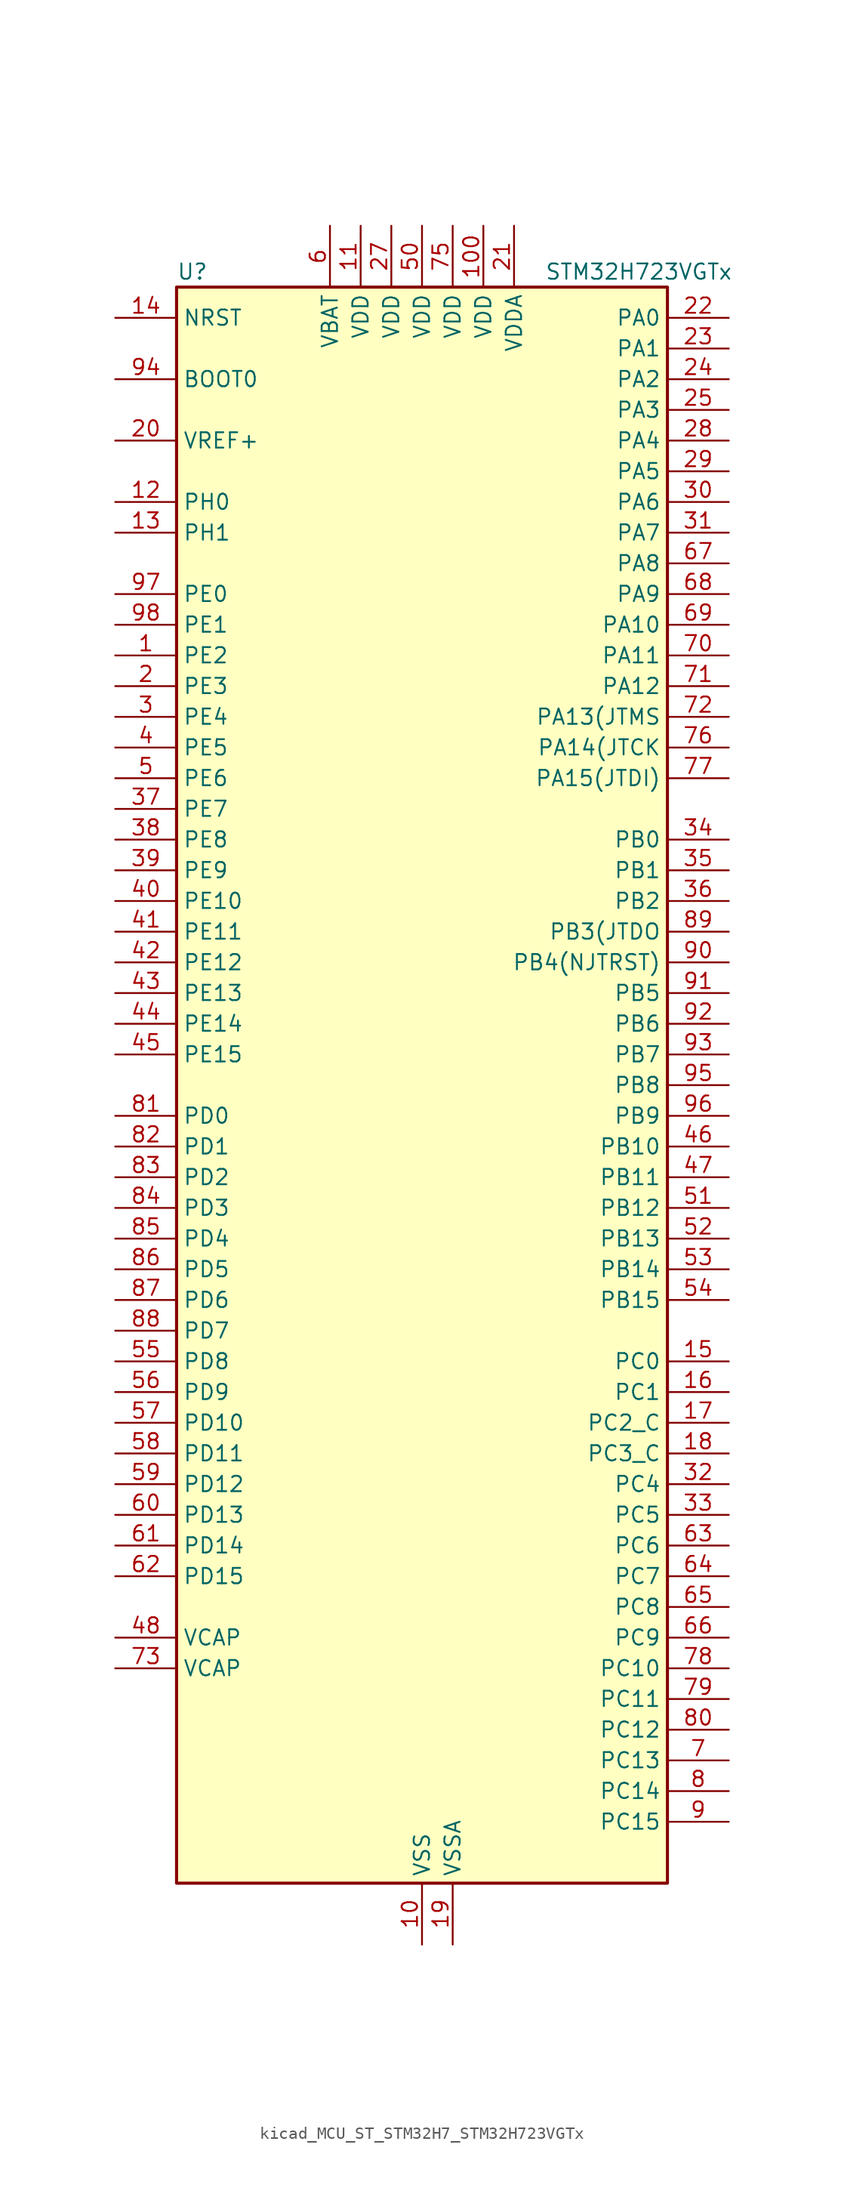
<source format=kicad_sym>
(kicad_symbol_lib
  (version 20220914)
  (generator kicad_symbol_editor)
  (symbol "kicad_MCU_ST_STM32H7_STM32H723VGTx"
    (property "Reference" "U"
      (at -20.32 67.31 0)
      (effects (font (size 1.27 1.27)) (justify left)))
    (property "Value" "STM32H723VGTx"
      (at 10.16 67.31 0)
      (effects (font (size 1.27 1.27)) (justify left)))
    (property "ki_locked" ""
      (at 0 0 0)
      (effects (font (size 1.27 1.27))))
    (symbol "kicad_MCU_ST_STM32H7_STM32H723VGTx_0_1"
      (rectangle (start -20.32 -66.04) (end 20.32 66.04) (stroke (width 0.254) (type default)) (fill (type background))))
    (symbol "kicad_MCU_ST_STM32H7_STM32H723VGTx_1_1"
      (pin bidirectional line (at -25.4 35.56 0) (length 5.08) (name "PE2" (effects (font (size 1.27 1.27)))) (number "1" (effects (font (size 1.27 1.27)))) (alternate "DEBUG_TRACECLK" bidirectional line) (alternate "ETH_TXD3" bidirectional line) (alternate "FMC_A23" bidirectional line) (alternate "OCTOSPIM_P1_IO2" bidirectional line) (alternate "SAI1_CK1" bidirectional line) (alternate "SAI1_MCLK_A" bidirectional line) (alternate "SAI4_CK1" bidirectional line) (alternate "SAI4_MCLK_A" bidirectional line) (alternate "SPI4_SCK" bidirectional line) (alternate "USART10_RX" bidirectional line))
      (pin power_in line (at 0 -71.12 90) (length 5.08) (name "VSS" (effects (font (size 1.27 1.27)))) (number "10" (effects (font (size 1.27 1.27)))))
      (pin power_in line (at 5.08 71.12 270) (length 5.08) (name "VDD" (effects (font (size 1.27 1.27)))) (number "100" (effects (font (size 1.27 1.27)))))
      (pin power_in line (at -5.08 71.12 270) (length 5.08) (name "VDD" (effects (font (size 1.27 1.27)))) (number "11" (effects (font (size 1.27 1.27)))))
      (pin bidirectional line (at -25.4 48.26 0) (length 5.08) (name "PH0" (effects (font (size 1.27 1.27)))) (number "12" (effects (font (size 1.27 1.27)))) (alternate "RCC_OSC_IN" bidirectional line))
      (pin bidirectional line (at -25.4 45.72 0) (length 5.08) (name "PH1" (effects (font (size 1.27 1.27)))) (number "13" (effects (font (size 1.27 1.27)))) (alternate "RCC_OSC_OUT" bidirectional line))
      (pin input line (at -25.4 63.5 0) (length 5.08) (name "NRST" (effects (font (size 1.27 1.27)))) (number "14" (effects (font (size 1.27 1.27)))))
      (pin bidirectional line (at 25.4 -22.86 180) (length 5.08) (name "PC0" (effects (font (size 1.27 1.27)))) (number "15" (effects (font (size 1.27 1.27)))) (alternate "ADC1_INP10" bidirectional line) (alternate "ADC2_INP10" bidirectional line) (alternate "ADC3_INP10" bidirectional line) (alternate "DFSDM1_CKIN0" bidirectional line) (alternate "DFSDM1_DATIN4" bidirectional line) (alternate "FMC_A25" bidirectional line) (alternate "FMC_D12" bidirectional line) (alternate "FMC_DA12" bidirectional line) (alternate "FMC_SDNWE" bidirectional line) (alternate "LTDC_G2" bidirectional line) (alternate "LTDC_R5" bidirectional line) (alternate "SAI4_FS_B" bidirectional line) (alternate "USB_OTG_HS_ULPI_STP" bidirectional line))
      (pin bidirectional line (at 25.4 -25.4 180) (length 5.08) (name "PC1" (effects (font (size 1.27 1.27)))) (number "16" (effects (font (size 1.27 1.27)))) (alternate "ADC1_INN10" bidirectional line) (alternate "ADC1_INP11" bidirectional line) (alternate "ADC2_INN10" bidirectional line) (alternate "ADC2_INP11" bidirectional line) (alternate "ADC3_INN10" bidirectional line) (alternate "ADC3_INP11" bidirectional line) (alternate "DEBUG_TRACED0" bidirectional line) (alternate "DFSDM1_CKIN4" bidirectional line) (alternate "DFSDM1_DATIN0" bidirectional line) (alternate "ETH_MDC" bidirectional line) (alternate "I2S2_SDO" bidirectional line) (alternate "LTDC_G5" bidirectional line) (alternate "MDIOS_MDC" bidirectional line) (alternate "OCTOSPIM_P1_IO4" bidirectional line) (alternate "PWR_WKUP6" bidirectional line) (alternate "RTC_TAMP3" bidirectional line) (alternate "SAI1_D1" bidirectional line) (alternate "SAI1_SD_A" bidirectional line) (alternate "SAI4_D1" bidirectional line) (alternate "SAI4_SD_A" bidirectional line) (alternate "SDMMC2_CK" bidirectional line) (alternate "SPI2_MOSI" bidirectional line))
      (pin bidirectional line (at 25.4 -27.94 180) (length 5.08) (name "PC2_C" (effects (font (size 1.27 1.27)))) (number "17" (effects (font (size 1.27 1.27)))) (alternate "ADC3_INN1" bidirectional line) (alternate "ADC3_INP0" bidirectional line) (alternate "DFSDM1_CKIN1" bidirectional line) (alternate "DFSDM1_CKOUT" bidirectional line) (alternate "ETH_TXD2" bidirectional line) (alternate "FMC_SDNE0" bidirectional line) (alternate "I2S2_SDI" bidirectional line) (alternate "OCTOSPIM_P1_IO2" bidirectional line) (alternate "OCTOSPIM_P1_IO5" bidirectional line) (alternate "PWR_CSTOP" bidirectional line) (alternate "SPI2_MISO" bidirectional line) (alternate "USB_OTG_HS_ULPI_DIR" bidirectional line))
      (pin bidirectional line (at 25.4 -30.48 180) (length 5.08) (name "PC3_C" (effects (font (size 1.27 1.27)))) (number "18" (effects (font (size 1.27 1.27)))) (alternate "ADC3_INP1" bidirectional line) (alternate "DFSDM1_DATIN1" bidirectional line) (alternate "ETH_TX_CLK" bidirectional line) (alternate "FMC_SDCKE0" bidirectional line) (alternate "I2S2_SDO" bidirectional line) (alternate "OCTOSPIM_P1_IO0" bidirectional line) (alternate "OCTOSPIM_P1_IO6" bidirectional line) (alternate "PWR_CSLEEP" bidirectional line) (alternate "SPI2_MOSI" bidirectional line) (alternate "USB_OTG_HS_ULPI_NXT" bidirectional line))
      (pin power_in line (at 2.54 -71.12 90) (length 5.08) (name "VSSA" (effects (font (size 1.27 1.27)))) (number "19" (effects (font (size 1.27 1.27)))))
      (pin bidirectional line (at -25.4 33.02 0) (length 5.08) (name "PE3" (effects (font (size 1.27 1.27)))) (number "2" (effects (font (size 1.27 1.27)))) (alternate "DEBUG_TRACED0" bidirectional line) (alternate "FMC_A19" bidirectional line) (alternate "SAI1_SD_B" bidirectional line) (alternate "SAI4_SD_B" bidirectional line) (alternate "TIM15_BKIN" bidirectional line) (alternate "USART10_TX" bidirectional line))
      (pin input line (at -25.4 53.34 0) (length 5.08) (name "VREF+" (effects (font (size 1.27 1.27)))) (number "20" (effects (font (size 1.27 1.27)))) (alternate "VREFBUF_OUT" bidirectional line))
      (pin power_in line (at 7.62 71.12 270) (length 5.08) (name "VDDA" (effects (font (size 1.27 1.27)))) (number "21" (effects (font (size 1.27 1.27)))))
      (pin bidirectional line (at 25.4 63.5 180) (length 5.08) (name "PA0" (effects (font (size 1.27 1.27)))) (number "22" (effects (font (size 1.27 1.27)))) (alternate "ADC1_INP16" bidirectional line) (alternate "ETH_CRS" bidirectional line) (alternate "FMC_A19" bidirectional line) (alternate "I2S6_WS" bidirectional line) (alternate "PWR_WKUP1" bidirectional line) (alternate "SAI4_SD_B" bidirectional line) (alternate "SDMMC2_CMD" bidirectional line) (alternate "SPI6_NSS" bidirectional line) (alternate "TIM15_BKIN" bidirectional line) (alternate "TIM2_CH1" bidirectional line) (alternate "TIM2_ETR" bidirectional line) (alternate "TIM5_CH1" bidirectional line) (alternate "TIM8_ETR" bidirectional line) (alternate "UART4_TX" bidirectional line) (alternate "USART2_CTS" bidirectional line) (alternate "USART2_NSS" bidirectional line))
      (pin bidirectional line (at 25.4 60.96 180) (length 5.08) (name "PA1" (effects (font (size 1.27 1.27)))) (number "23" (effects (font (size 1.27 1.27)))) (alternate "ADC1_INN16" bidirectional line) (alternate "ADC1_INP17" bidirectional line) (alternate "ETH_REF_CLK" bidirectional line) (alternate "ETH_RX_CLK" bidirectional line) (alternate "LPTIM3_OUT" bidirectional line) (alternate "LTDC_R2" bidirectional line) (alternate "OCTOSPIM_P1_DQS" bidirectional line) (alternate "OCTOSPIM_P1_IO3" bidirectional line) (alternate "SAI4_MCLK_B" bidirectional line) (alternate "TIM15_CH1N" bidirectional line) (alternate "TIM2_CH2" bidirectional line) (alternate "TIM5_CH2" bidirectional line) (alternate "UART4_RX" bidirectional line) (alternate "USART2_DE" bidirectional line) (alternate "USART2_RTS" bidirectional line))
      (pin bidirectional line (at 25.4 58.42 180) (length 5.08) (name "PA2" (effects (font (size 1.27 1.27)))) (number "24" (effects (font (size 1.27 1.27)))) (alternate "ADC1_INP14" bidirectional line) (alternate "ADC2_INP14" bidirectional line) (alternate "ETH_MDIO" bidirectional line) (alternate "LPTIM4_OUT" bidirectional line) (alternate "LTDC_R1" bidirectional line) (alternate "MDIOS_MDIO" bidirectional line) (alternate "OCTOSPIM_P1_IO0" bidirectional line) (alternate "PWR_WKUP2" bidirectional line) (alternate "SAI4_SCK_B" bidirectional line) (alternate "TIM15_CH1" bidirectional line) (alternate "TIM2_CH3" bidirectional line) (alternate "TIM5_CH3" bidirectional line) (alternate "USART2_TX" bidirectional line))
      (pin bidirectional line (at 25.4 55.88 180) (length 5.08) (name "PA3" (effects (font (size 1.27 1.27)))) (number "25" (effects (font (size 1.27 1.27)))) (alternate "ADC1_INP15" bidirectional line) (alternate "ADC2_INP15" bidirectional line) (alternate "ETH_COL" bidirectional line) (alternate "I2S6_MCK" bidirectional line) (alternate "LPTIM5_OUT" bidirectional line) (alternate "LTDC_B2" bidirectional line) (alternate "LTDC_B5" bidirectional line) (alternate "OCTOSPIM_P1_CLK" bidirectional line) (alternate "OCTOSPIM_P1_IO2" bidirectional line) (alternate "TIM15_CH2" bidirectional line) (alternate "TIM2_CH4" bidirectional line) (alternate "TIM5_CH4" bidirectional line) (alternate "USART2_RX" bidirectional line) (alternate "USB_OTG_HS_ULPI_D0" bidirectional line))
      (pin passive line (at 0 -71.12 90) (length 5.08) hide (name "VSS" (effects (font (size 1.27 1.27)))) (number "26" (effects (font (size 1.27 1.27)))))
      (pin power_in line (at -2.54 71.12 270) (length 5.08) (name "VDD" (effects (font (size 1.27 1.27)))) (number "27" (effects (font (size 1.27 1.27)))))
      (pin bidirectional line (at 25.4 53.34 180) (length 5.08) (name "PA4" (effects (font (size 1.27 1.27)))) (number "28" (effects (font (size 1.27 1.27)))) (alternate "ADC1_INP18" bidirectional line) (alternate "ADC2_INP18" bidirectional line) (alternate "DAC1_OUT1" bidirectional line) (alternate "DCMI_HSYNC" bidirectional line) (alternate "FMC_D8" bidirectional line) (alternate "FMC_DA8" bidirectional line) (alternate "I2S1_WS" bidirectional line) (alternate "I2S3_WS" bidirectional line) (alternate "I2S6_WS" bidirectional line) (alternate "LTDC_VSYNC" bidirectional line) (alternate "PSSI_DE" bidirectional line) (alternate "SPI1_NSS" bidirectional line) (alternate "SPI3_NSS" bidirectional line) (alternate "SPI6_NSS" bidirectional line) (alternate "TIM5_ETR" bidirectional line) (alternate "USART2_CK" bidirectional line))
      (pin bidirectional line (at 25.4 50.8 180) (length 5.08) (name "PA5" (effects (font (size 1.27 1.27)))) (number "29" (effects (font (size 1.27 1.27)))) (alternate "ADC1_INN18" bidirectional line) (alternate "ADC1_INP19" bidirectional line) (alternate "ADC2_INN18" bidirectional line) (alternate "ADC2_INP19" bidirectional line) (alternate "DAC1_OUT2" bidirectional line) (alternate "FMC_D9" bidirectional line) (alternate "FMC_DA9" bidirectional line) (alternate "I2S1_CK" bidirectional line) (alternate "I2S6_CK" bidirectional line) (alternate "LTDC_R4" bidirectional line) (alternate "PSSI_D14" bidirectional line) (alternate "PWR_NDSTOP2" bidirectional line) (alternate "SPI1_SCK" bidirectional line) (alternate "SPI6_SCK" bidirectional line) (alternate "TIM2_CH1" bidirectional line) (alternate "TIM2_ETR" bidirectional line) (alternate "TIM8_CH1N" bidirectional line) (alternate "USB_OTG_HS_ULPI_CK" bidirectional line))
      (pin bidirectional line (at -25.4 30.48 0) (length 5.08) (name "PE4" (effects (font (size 1.27 1.27)))) (number "3" (effects (font (size 1.27 1.27)))) (alternate "DCMI_D4" bidirectional line) (alternate "DEBUG_TRACED1" bidirectional line) (alternate "DFSDM1_DATIN3" bidirectional line) (alternate "FMC_A20" bidirectional line) (alternate "LTDC_B0" bidirectional line) (alternate "PSSI_D4" bidirectional line) (alternate "SAI1_D2" bidirectional line) (alternate "SAI1_FS_A" bidirectional line) (alternate "SAI4_D2" bidirectional line) (alternate "SAI4_FS_A" bidirectional line) (alternate "SPI4_NSS" bidirectional line) (alternate "TIM15_CH1N" bidirectional line))
      (pin bidirectional line (at 25.4 48.26 180) (length 5.08) (name "PA6" (effects (font (size 1.27 1.27)))) (number "30" (effects (font (size 1.27 1.27)))) (alternate "ADC1_INP3" bidirectional line) (alternate "ADC2_INP3" bidirectional line) (alternate "DCMI_PIXCLK" bidirectional line) (alternate "I2S1_SDI" bidirectional line) (alternate "I2S6_SDI" bidirectional line) (alternate "LTDC_G2" bidirectional line) (alternate "MDIOS_MDC" bidirectional line) (alternate "OCTOSPIM_P1_IO3" bidirectional line) (alternate "PSSI_PDCK" bidirectional line) (alternate "SPI1_MISO" bidirectional line) (alternate "SPI6_MISO" bidirectional line) (alternate "TIM13_CH1" bidirectional line) (alternate "TIM1_BKIN" bidirectional line) (alternate "TIM1_BKIN_COMP1" bidirectional line) (alternate "TIM1_BKIN_COMP2" bidirectional line) (alternate "TIM3_CH1" bidirectional line) (alternate "TIM8_BKIN" bidirectional line) (alternate "TIM8_BKIN_COMP1" bidirectional line) (alternate "TIM8_BKIN_COMP2" bidirectional line))
      (pin bidirectional line (at 25.4 45.72 180) (length 5.08) (name "PA7" (effects (font (size 1.27 1.27)))) (number "31" (effects (font (size 1.27 1.27)))) (alternate "ADC1_INN3" bidirectional line) (alternate "ADC1_INP7" bidirectional line) (alternate "ADC2_INN3" bidirectional line) (alternate "ADC2_INP7" bidirectional line) (alternate "ETH_CRS_DV" bidirectional line) (alternate "ETH_RX_DV" bidirectional line) (alternate "FMC_SDNWE" bidirectional line) (alternate "I2S1_SDO" bidirectional line) (alternate "I2S6_SDO" bidirectional line) (alternate "LTDC_VSYNC" bidirectional line) (alternate "OCTOSPIM_P1_IO2" bidirectional line) (alternate "OPAMP1_VINM" bidirectional line) (alternate "SPI1_MOSI" bidirectional line) (alternate "SPI6_MOSI" bidirectional line) (alternate "TIM14_CH1" bidirectional line) (alternate "TIM1_CH1N" bidirectional line) (alternate "TIM3_CH2" bidirectional line) (alternate "TIM8_CH1N" bidirectional line))
      (pin bidirectional line (at 25.4 -33.02 180) (length 5.08) (name "PC4" (effects (font (size 1.27 1.27)))) (number "32" (effects (font (size 1.27 1.27)))) (alternate "ADC1_INP4" bidirectional line) (alternate "ADC2_INP4" bidirectional line) (alternate "COMP1_INM" bidirectional line) (alternate "DFSDM1_CKIN2" bidirectional line) (alternate "ETH_RXD0" bidirectional line) (alternate "FMC_A22" bidirectional line) (alternate "FMC_SDNE0" bidirectional line) (alternate "I2S1_MCK" bidirectional line) (alternate "LTDC_R7" bidirectional line) (alternate "OPAMP1_VOUT" bidirectional line) (alternate "SDMMC2_CKIN" bidirectional line) (alternate "SPDIFRX1_IN2" bidirectional line))
      (pin bidirectional line (at 25.4 -35.56 180) (length 5.08) (name "PC5" (effects (font (size 1.27 1.27)))) (number "33" (effects (font (size 1.27 1.27)))) (alternate "ADC1_INN4" bidirectional line) (alternate "ADC1_INP8" bidirectional line) (alternate "ADC2_INN4" bidirectional line) (alternate "ADC2_INP8" bidirectional line) (alternate "COMP1_OUT" bidirectional line) (alternate "DFSDM1_DATIN2" bidirectional line) (alternate "ETH_RXD1" bidirectional line) (alternate "FMC_SDCKE0" bidirectional line) (alternate "LTDC_DE" bidirectional line) (alternate "OCTOSPIM_P1_DQS" bidirectional line) (alternate "OPAMP1_VINM" bidirectional line) (alternate "PSSI_D15" bidirectional line) (alternate "SAI1_D3" bidirectional line) (alternate "SAI4_D3" bidirectional line) (alternate "SPDIFRX1_IN3" bidirectional line))
      (pin bidirectional line (at 25.4 20.32 180) (length 5.08) (name "PB0" (effects (font (size 1.27 1.27)))) (number "34" (effects (font (size 1.27 1.27)))) (alternate "ADC1_INN5" bidirectional line) (alternate "ADC1_INP9" bidirectional line) (alternate "ADC2_INN5" bidirectional line) (alternate "ADC2_INP9" bidirectional line) (alternate "COMP1_INP" bidirectional line) (alternate "DFSDM1_CKOUT" bidirectional line) (alternate "ETH_RXD2" bidirectional line) (alternate "LTDC_G1" bidirectional line) (alternate "LTDC_R3" bidirectional line) (alternate "OCTOSPIM_P1_IO1" bidirectional line) (alternate "OPAMP1_VINP" bidirectional line) (alternate "TIM1_CH2N" bidirectional line) (alternate "TIM3_CH3" bidirectional line) (alternate "TIM8_CH2N" bidirectional line) (alternate "UART4_CTS" bidirectional line) (alternate "USB_OTG_HS_ULPI_D1" bidirectional line))
      (pin bidirectional line (at 25.4 17.78 180) (length 5.08) (name "PB1" (effects (font (size 1.27 1.27)))) (number "35" (effects (font (size 1.27 1.27)))) (alternate "ADC1_INP5" bidirectional line) (alternate "ADC2_INP5" bidirectional line) (alternate "COMP1_INM" bidirectional line) (alternate "DFSDM1_DATIN1" bidirectional line) (alternate "ETH_RXD3" bidirectional line) (alternate "LTDC_G0" bidirectional line) (alternate "LTDC_R6" bidirectional line) (alternate "OCTOSPIM_P1_IO0" bidirectional line) (alternate "TIM1_CH3N" bidirectional line) (alternate "TIM3_CH4" bidirectional line) (alternate "TIM8_CH3N" bidirectional line) (alternate "USB_OTG_HS_ULPI_D2" bidirectional line))
      (pin bidirectional line (at 25.4 15.24 180) (length 5.08) (name "PB2" (effects (font (size 1.27 1.27)))) (number "36" (effects (font (size 1.27 1.27)))) (alternate "COMP1_INP" bidirectional line) (alternate "DFSDM1_CKIN1" bidirectional line) (alternate "ETH_TX_ER" bidirectional line) (alternate "I2S3_SDO" bidirectional line) (alternate "OCTOSPIM_P1_CLK" bidirectional line) (alternate "OCTOSPIM_P1_DQS" bidirectional line) (alternate "RTC_OUT_ALARM" bidirectional line) (alternate "RTC_OUT_CALIB" bidirectional line) (alternate "SAI1_D1" bidirectional line) (alternate "SAI1_SD_A" bidirectional line) (alternate "SAI4_D1" bidirectional line) (alternate "SAI4_SD_A" bidirectional line) (alternate "SPI3_MOSI" bidirectional line) (alternate "TIM23_ETR" bidirectional line))
      (pin bidirectional line (at -25.4 22.86 0) (length 5.08) (name "PE7" (effects (font (size 1.27 1.27)))) (number "37" (effects (font (size 1.27 1.27)))) (alternate "COMP2_INM" bidirectional line) (alternate "DFSDM1_DATIN2" bidirectional line) (alternate "FMC_D4" bidirectional line) (alternate "FMC_DA4" bidirectional line) (alternate "OCTOSPIM_P1_IO4" bidirectional line) (alternate "OPAMP2_VOUT" bidirectional line) (alternate "TIM1_ETR" bidirectional line) (alternate "UART7_RX" bidirectional line))
      (pin bidirectional line (at -25.4 20.32 0) (length 5.08) (name "PE8" (effects (font (size 1.27 1.27)))) (number "38" (effects (font (size 1.27 1.27)))) (alternate "COMP2_OUT" bidirectional line) (alternate "DFSDM1_CKIN2" bidirectional line) (alternate "FMC_D5" bidirectional line) (alternate "FMC_DA5" bidirectional line) (alternate "OCTOSPIM_P1_IO5" bidirectional line) (alternate "OPAMP2_VINM" bidirectional line) (alternate "TIM1_CH1N" bidirectional line) (alternate "UART7_TX" bidirectional line))
      (pin bidirectional line (at -25.4 17.78 0) (length 5.08) (name "PE9" (effects (font (size 1.27 1.27)))) (number "39" (effects (font (size 1.27 1.27)))) (alternate "COMP2_INP" bidirectional line) (alternate "DAC1_EXTI9" bidirectional line) (alternate "DFSDM1_CKOUT" bidirectional line) (alternate "FMC_D6" bidirectional line) (alternate "FMC_DA6" bidirectional line) (alternate "OCTOSPIM_P1_IO6" bidirectional line) (alternate "OPAMP2_VINP" bidirectional line) (alternate "TIM1_CH1" bidirectional line) (alternate "UART7_DE" bidirectional line) (alternate "UART7_RTS" bidirectional line))
      (pin bidirectional line (at -25.4 27.94 0) (length 5.08) (name "PE5" (effects (font (size 1.27 1.27)))) (number "4" (effects (font (size 1.27 1.27)))) (alternate "DCMI_D6" bidirectional line) (alternate "DEBUG_TRACED2" bidirectional line) (alternate "DFSDM1_CKIN3" bidirectional line) (alternate "FMC_A21" bidirectional line) (alternate "LTDC_G0" bidirectional line) (alternate "PSSI_D6" bidirectional line) (alternate "SAI1_CK2" bidirectional line) (alternate "SAI1_SCK_A" bidirectional line) (alternate "SAI4_CK2" bidirectional line) (alternate "SAI4_SCK_A" bidirectional line) (alternate "SPI4_MISO" bidirectional line) (alternate "TIM15_CH1" bidirectional line))
      (pin bidirectional line (at -25.4 15.24 0) (length 5.08) (name "PE10" (effects (font (size 1.27 1.27)))) (number "40" (effects (font (size 1.27 1.27)))) (alternate "COMP2_INM" bidirectional line) (alternate "DFSDM1_DATIN4" bidirectional line) (alternate "FMC_D7" bidirectional line) (alternate "FMC_DA7" bidirectional line) (alternate "OCTOSPIM_P1_IO7" bidirectional line) (alternate "TIM1_CH2N" bidirectional line) (alternate "UART7_CTS" bidirectional line))
      (pin bidirectional line (at -25.4 12.7 0) (length 5.08) (name "PE11" (effects (font (size 1.27 1.27)))) (number "41" (effects (font (size 1.27 1.27)))) (alternate "ADC1_EXTI11" bidirectional line) (alternate "ADC2_EXTI11" bidirectional line) (alternate "ADC3_EXTI11" bidirectional line) (alternate "COMP2_INP" bidirectional line) (alternate "DFSDM1_CKIN4" bidirectional line) (alternate "FMC_D8" bidirectional line) (alternate "FMC_DA8" bidirectional line) (alternate "LTDC_G3" bidirectional line) (alternate "OCTOSPIM_P1_NCS" bidirectional line) (alternate "SAI4_SD_B" bidirectional line) (alternate "SPI4_NSS" bidirectional line) (alternate "TIM1_CH2" bidirectional line))
      (pin bidirectional line (at -25.4 10.16 0) (length 5.08) (name "PE12" (effects (font (size 1.27 1.27)))) (number "42" (effects (font (size 1.27 1.27)))) (alternate "COMP1_OUT" bidirectional line) (alternate "DFSDM1_DATIN5" bidirectional line) (alternate "FMC_D9" bidirectional line) (alternate "FMC_DA9" bidirectional line) (alternate "LTDC_B4" bidirectional line) (alternate "SAI4_SCK_B" bidirectional line) (alternate "SPI4_SCK" bidirectional line) (alternate "TIM1_CH3N" bidirectional line))
      (pin bidirectional line (at -25.4 7.62 0) (length 5.08) (name "PE13" (effects (font (size 1.27 1.27)))) (number "43" (effects (font (size 1.27 1.27)))) (alternate "COMP2_OUT" bidirectional line) (alternate "DFSDM1_CKIN5" bidirectional line) (alternate "FMC_D10" bidirectional line) (alternate "FMC_DA10" bidirectional line) (alternate "LTDC_DE" bidirectional line) (alternate "SAI4_FS_B" bidirectional line) (alternate "SPI4_MISO" bidirectional line) (alternate "TIM1_CH3" bidirectional line))
      (pin bidirectional line (at -25.4 5.08 0) (length 5.08) (name "PE14" (effects (font (size 1.27 1.27)))) (number "44" (effects (font (size 1.27 1.27)))) (alternate "FMC_D11" bidirectional line) (alternate "FMC_DA11" bidirectional line) (alternate "LTDC_CLK" bidirectional line) (alternate "SAI4_MCLK_B" bidirectional line) (alternate "SPI4_MOSI" bidirectional line) (alternate "TIM1_CH4" bidirectional line))
      (pin bidirectional line (at -25.4 2.54 0) (length 5.08) (name "PE15" (effects (font (size 1.27 1.27)))) (number "45" (effects (font (size 1.27 1.27)))) (alternate "ADC1_EXTI15" bidirectional line) (alternate "ADC2_EXTI15" bidirectional line) (alternate "ADC3_EXTI15" bidirectional line) (alternate "FMC_D12" bidirectional line) (alternate "FMC_DA12" bidirectional line) (alternate "LTDC_R7" bidirectional line) (alternate "TIM1_BKIN" bidirectional line) (alternate "TIM1_BKIN_COMP1" bidirectional line) (alternate "TIM1_BKIN_COMP2" bidirectional line) (alternate "USART10_CK" bidirectional line))
      (pin bidirectional line (at 25.4 -5.08 180) (length 5.08) (name "PB10" (effects (font (size 1.27 1.27)))) (number "46" (effects (font (size 1.27 1.27)))) (alternate "DFSDM1_DATIN7" bidirectional line) (alternate "ETH_RX_ER" bidirectional line) (alternate "I2C2_SCL" bidirectional line) (alternate "I2S2_CK" bidirectional line) (alternate "LPTIM2_IN1" bidirectional line) (alternate "LTDC_G4" bidirectional line) (alternate "OCTOSPIM_P1_NCS" bidirectional line) (alternate "SPI2_SCK" bidirectional line) (alternate "TIM2_CH3" bidirectional line) (alternate "USART3_TX" bidirectional line) (alternate "USB_OTG_HS_ULPI_D3" bidirectional line))
      (pin bidirectional line (at 25.4 -7.62 180) (length 5.08) (name "PB11" (effects (font (size 1.27 1.27)))) (number "47" (effects (font (size 1.27 1.27)))) (alternate "ADC1_EXTI11" bidirectional line) (alternate "ADC2_EXTI11" bidirectional line) (alternate "ADC3_EXTI11" bidirectional line) (alternate "DFSDM1_CKIN7" bidirectional line) (alternate "ETH_TX_EN" bidirectional line) (alternate "I2C2_SDA" bidirectional line) (alternate "LPTIM2_ETR" bidirectional line) (alternate "LTDC_G5" bidirectional line) (alternate "TIM2_CH4" bidirectional line) (alternate "USART3_RX" bidirectional line) (alternate "USB_OTG_HS_ULPI_D4" bidirectional line))
      (pin power_out line (at -25.4 -45.72 0) (length 5.08) (name "VCAP" (effects (font (size 1.27 1.27)))) (number "48" (effects (font (size 1.27 1.27)))))
      (pin passive line (at 0 -71.12 90) (length 5.08) hide (name "VSS" (effects (font (size 1.27 1.27)))) (number "49" (effects (font (size 1.27 1.27)))))
      (pin bidirectional line (at -25.4 25.4 0) (length 5.08) (name "PE6" (effects (font (size 1.27 1.27)))) (number "5" (effects (font (size 1.27 1.27)))) (alternate "DCMI_D7" bidirectional line) (alternate "DEBUG_TRACED3" bidirectional line) (alternate "FMC_A22" bidirectional line) (alternate "LTDC_G1" bidirectional line) (alternate "PSSI_D7" bidirectional line) (alternate "SAI1_D1" bidirectional line) (alternate "SAI1_SD_A" bidirectional line) (alternate "SAI4_D1" bidirectional line) (alternate "SAI4_MCLK_B" bidirectional line) (alternate "SAI4_SD_A" bidirectional line) (alternate "SPI4_MOSI" bidirectional line) (alternate "TIM15_CH2" bidirectional line) (alternate "TIM1_BKIN2" bidirectional line) (alternate "TIM1_BKIN2_COMP1" bidirectional line) (alternate "TIM1_BKIN2_COMP2" bidirectional line))
      (pin power_in line (at 0 71.12 270) (length 5.08) (name "VDD" (effects (font (size 1.27 1.27)))) (number "50" (effects (font (size 1.27 1.27)))))
      (pin bidirectional line (at 25.4 -10.16 180) (length 5.08) (name "PB12" (effects (font (size 1.27 1.27)))) (number "51" (effects (font (size 1.27 1.27)))) (alternate "DFSDM1_DATIN1" bidirectional line) (alternate "ETH_TXD0" bidirectional line) (alternate "FDCAN2_RX" bidirectional line) (alternate "I2C2_SMBA" bidirectional line) (alternate "I2S2_WS" bidirectional line) (alternate "OCTOSPIM_P1_IO0" bidirectional line) (alternate "OCTOSPIM_P1_NCLK" bidirectional line) (alternate "SPI2_NSS" bidirectional line) (alternate "TIM1_BKIN" bidirectional line) (alternate "TIM1_BKIN_COMP1" bidirectional line) (alternate "TIM1_BKIN_COMP2" bidirectional line) (alternate "UART5_RX" bidirectional line) (alternate "USART3_CK" bidirectional line) (alternate "USB_OTG_HS_ULPI_D5" bidirectional line))
      (pin bidirectional line (at 25.4 -12.7 180) (length 5.08) (name "PB13" (effects (font (size 1.27 1.27)))) (number "52" (effects (font (size 1.27 1.27)))) (alternate "DCMI_D2" bidirectional line) (alternate "DFSDM1_CKIN1" bidirectional line) (alternate "ETH_TXD1" bidirectional line) (alternate "FDCAN2_TX" bidirectional line) (alternate "I2S2_CK" bidirectional line) (alternate "LPTIM2_OUT" bidirectional line) (alternate "OCTOSPIM_P1_IO2" bidirectional line) (alternate "PSSI_D2" bidirectional line) (alternate "SDMMC1_D0" bidirectional line) (alternate "SPI2_SCK" bidirectional line) (alternate "TIM1_CH1N" bidirectional line) (alternate "UART5_TX" bidirectional line) (alternate "USART3_CTS" bidirectional line) (alternate "USART3_NSS" bidirectional line) (alternate "USB_OTG_HS_ULPI_D6" bidirectional line))
      (pin bidirectional line (at 25.4 -15.24 180) (length 5.08) (name "PB14" (effects (font (size 1.27 1.27)))) (number "53" (effects (font (size 1.27 1.27)))) (alternate "DFSDM1_DATIN2" bidirectional line) (alternate "FMC_D10" bidirectional line) (alternate "FMC_DA10" bidirectional line) (alternate "I2S2_SDI" bidirectional line) (alternate "LTDC_CLK" bidirectional line) (alternate "SDMMC2_D0" bidirectional line) (alternate "SPI2_MISO" bidirectional line) (alternate "TIM12_CH1" bidirectional line) (alternate "TIM1_CH2N" bidirectional line) (alternate "TIM8_CH2N" bidirectional line) (alternate "UART4_DE" bidirectional line) (alternate "UART4_RTS" bidirectional line) (alternate "USART1_TX" bidirectional line) (alternate "USART3_DE" bidirectional line) (alternate "USART3_RTS" bidirectional line))
      (pin bidirectional line (at 25.4 -17.78 180) (length 5.08) (name "PB15" (effects (font (size 1.27 1.27)))) (number "54" (effects (font (size 1.27 1.27)))) (alternate "ADC1_EXTI15" bidirectional line) (alternate "ADC2_EXTI15" bidirectional line) (alternate "ADC3_EXTI15" bidirectional line) (alternate "DFSDM1_CKIN2" bidirectional line) (alternate "FMC_D11" bidirectional line) (alternate "FMC_DA11" bidirectional line) (alternate "I2S2_SDO" bidirectional line) (alternate "LTDC_G7" bidirectional line) (alternate "RTC_REFIN" bidirectional line) (alternate "SDMMC2_D1" bidirectional line) (alternate "SPI2_MOSI" bidirectional line) (alternate "TIM12_CH2" bidirectional line) (alternate "TIM1_CH3N" bidirectional line) (alternate "TIM8_CH3N" bidirectional line) (alternate "UART4_CTS" bidirectional line) (alternate "USART1_RX" bidirectional line))
      (pin bidirectional line (at -25.4 -22.86 0) (length 5.08) (name "PD8" (effects (font (size 1.27 1.27)))) (number "55" (effects (font (size 1.27 1.27)))) (alternate "DFSDM1_CKIN3" bidirectional line) (alternate "FMC_D13" bidirectional line) (alternate "FMC_DA13" bidirectional line) (alternate "SPDIFRX1_IN1" bidirectional line) (alternate "USART3_TX" bidirectional line))
      (pin bidirectional line (at -25.4 -25.4 0) (length 5.08) (name "PD9" (effects (font (size 1.27 1.27)))) (number "56" (effects (font (size 1.27 1.27)))) (alternate "DAC1_EXTI9" bidirectional line) (alternate "DFSDM1_DATIN3" bidirectional line) (alternate "FMC_D14" bidirectional line) (alternate "FMC_DA14" bidirectional line) (alternate "USART3_RX" bidirectional line))
      (pin bidirectional line (at -25.4 -27.94 0) (length 5.08) (name "PD10" (effects (font (size 1.27 1.27)))) (number "57" (effects (font (size 1.27 1.27)))) (alternate "DFSDM1_CKOUT" bidirectional line) (alternate "FMC_D15" bidirectional line) (alternate "FMC_DA15" bidirectional line) (alternate "LTDC_B3" bidirectional line) (alternate "USART3_CK" bidirectional line))
      (pin bidirectional line (at -25.4 -30.48 0) (length 5.08) (name "PD11" (effects (font (size 1.27 1.27)))) (number "58" (effects (font (size 1.27 1.27)))) (alternate "ADC1_EXTI11" bidirectional line) (alternate "ADC2_EXTI11" bidirectional line) (alternate "ADC3_EXTI11" bidirectional line) (alternate "FMC_A16" bidirectional line) (alternate "FMC_CLE" bidirectional line) (alternate "I2C4_SMBA" bidirectional line) (alternate "LPTIM2_IN2" bidirectional line) (alternate "OCTOSPIM_P1_IO0" bidirectional line) (alternate "SAI4_SD_A" bidirectional line) (alternate "USART3_CTS" bidirectional line) (alternate "USART3_NSS" bidirectional line))
      (pin bidirectional line (at -25.4 -33.02 0) (length 5.08) (name "PD12" (effects (font (size 1.27 1.27)))) (number "59" (effects (font (size 1.27 1.27)))) (alternate "DCMI_D12" bidirectional line) (alternate "FDCAN3_RX" bidirectional line) (alternate "FMC_A17" bidirectional line) (alternate "FMC_ALE" bidirectional line) (alternate "I2C4_SCL" bidirectional line) (alternate "LPTIM1_IN1" bidirectional line) (alternate "LPTIM2_IN1" bidirectional line) (alternate "OCTOSPIM_P1_IO1" bidirectional line) (alternate "PSSI_D12" bidirectional line) (alternate "SAI4_FS_A" bidirectional line) (alternate "TIM4_CH1" bidirectional line) (alternate "USART3_DE" bidirectional line) (alternate "USART3_RTS" bidirectional line))
      (pin power_in line (at -7.62 71.12 270) (length 5.08) (name "VBAT" (effects (font (size 1.27 1.27)))) (number "6" (effects (font (size 1.27 1.27)))))
      (pin bidirectional line (at -25.4 -35.56 0) (length 5.08) (name "PD13" (effects (font (size 1.27 1.27)))) (number "60" (effects (font (size 1.27 1.27)))) (alternate "DCMI_D13" bidirectional line) (alternate "FDCAN3_TX" bidirectional line) (alternate "FMC_A18" bidirectional line) (alternate "I2C4_SDA" bidirectional line) (alternate "LPTIM1_OUT" bidirectional line) (alternate "OCTOSPIM_P1_IO3" bidirectional line) (alternate "PSSI_D13" bidirectional line) (alternate "SAI4_SCK_A" bidirectional line) (alternate "TIM4_CH2" bidirectional line) (alternate "UART9_DE" bidirectional line) (alternate "UART9_RTS" bidirectional line))
      (pin bidirectional line (at -25.4 -38.1 0) (length 5.08) (name "PD14" (effects (font (size 1.27 1.27)))) (number "61" (effects (font (size 1.27 1.27)))) (alternate "FMC_D0" bidirectional line) (alternate "FMC_DA0" bidirectional line) (alternate "TIM4_CH3" bidirectional line) (alternate "UART8_CTS" bidirectional line) (alternate "UART9_RX" bidirectional line))
      (pin bidirectional line (at -25.4 -40.64 0) (length 5.08) (name "PD15" (effects (font (size 1.27 1.27)))) (number "62" (effects (font (size 1.27 1.27)))) (alternate "ADC1_EXTI15" bidirectional line) (alternate "ADC2_EXTI15" bidirectional line) (alternate "ADC3_EXTI15" bidirectional line) (alternate "FMC_D1" bidirectional line) (alternate "FMC_DA1" bidirectional line) (alternate "TIM4_CH4" bidirectional line) (alternate "UART8_DE" bidirectional line) (alternate "UART8_RTS" bidirectional line) (alternate "UART9_TX" bidirectional line))
      (pin bidirectional line (at 25.4 -38.1 180) (length 5.08) (name "PC6" (effects (font (size 1.27 1.27)))) (number "63" (effects (font (size 1.27 1.27)))) (alternate "DCMI_D0" bidirectional line) (alternate "DFSDM1_CKIN3" bidirectional line) (alternate "FMC_NWAIT" bidirectional line) (alternate "I2S2_MCK" bidirectional line) (alternate "LTDC_HSYNC" bidirectional line) (alternate "PSSI_D0" bidirectional line) (alternate "SDMMC1_D0DIR" bidirectional line) (alternate "SDMMC1_D6" bidirectional line) (alternate "SDMMC2_D6" bidirectional line) (alternate "SWPMI1_IO" bidirectional line) (alternate "TIM3_CH1" bidirectional line) (alternate "TIM8_CH1" bidirectional line) (alternate "USART6_TX" bidirectional line))
      (pin bidirectional line (at 25.4 -40.64 180) (length 5.08) (name "PC7" (effects (font (size 1.27 1.27)))) (number "64" (effects (font (size 1.27 1.27)))) (alternate "DCMI_D1" bidirectional line) (alternate "DEBUG_TRGIO" bidirectional line) (alternate "DFSDM1_DATIN3" bidirectional line) (alternate "FMC_NE1" bidirectional line) (alternate "I2S3_MCK" bidirectional line) (alternate "LTDC_G6" bidirectional line) (alternate "PSSI_D1" bidirectional line) (alternate "SDMMC1_D123DIR" bidirectional line) (alternate "SDMMC1_D7" bidirectional line) (alternate "SDMMC2_D7" bidirectional line) (alternate "SWPMI1_TX" bidirectional line) (alternate "TIM3_CH2" bidirectional line) (alternate "TIM8_CH2" bidirectional line) (alternate "USART6_RX" bidirectional line))
      (pin bidirectional line (at 25.4 -43.18 180) (length 5.08) (name "PC8" (effects (font (size 1.27 1.27)))) (number "65" (effects (font (size 1.27 1.27)))) (alternate "DCMI_D2" bidirectional line) (alternate "DEBUG_TRACED1" bidirectional line) (alternate "FMC_INT" bidirectional line) (alternate "FMC_NCE" bidirectional line) (alternate "FMC_NE2" bidirectional line) (alternate "PSSI_D2" bidirectional line) (alternate "SDMMC1_D0" bidirectional line) (alternate "SWPMI1_RX" bidirectional line) (alternate "TIM3_CH3" bidirectional line) (alternate "TIM8_CH3" bidirectional line) (alternate "UART5_DE" bidirectional line) (alternate "UART5_RTS" bidirectional line) (alternate "USART6_CK" bidirectional line))
      (pin bidirectional line (at 25.4 -45.72 180) (length 5.08) (name "PC9" (effects (font (size 1.27 1.27)))) (number "66" (effects (font (size 1.27 1.27)))) (alternate "DAC1_EXTI9" bidirectional line) (alternate "DCMI_D3" bidirectional line) (alternate "I2C3_SDA" bidirectional line) (alternate "I2C5_SDA" bidirectional line) (alternate "I2S_CKIN" bidirectional line) (alternate "LTDC_B2" bidirectional line) (alternate "LTDC_G3" bidirectional line) (alternate "OCTOSPIM_P1_IO0" bidirectional line) (alternate "PSSI_D3" bidirectional line) (alternate "RCC_MCO_2" bidirectional line) (alternate "SDMMC1_D1" bidirectional line) (alternate "SWPMI1_SUSPEND" bidirectional line) (alternate "TIM3_CH4" bidirectional line) (alternate "TIM8_CH4" bidirectional line) (alternate "UART5_CTS" bidirectional line))
      (pin bidirectional line (at 25.4 43.18 180) (length 5.08) (name "PA8" (effects (font (size 1.27 1.27)))) (number "67" (effects (font (size 1.27 1.27)))) (alternate "I2C3_SCL" bidirectional line) (alternate "I2C5_SCL" bidirectional line) (alternate "LTDC_B3" bidirectional line) (alternate "LTDC_R6" bidirectional line) (alternate "RCC_MCO_1" bidirectional line) (alternate "TIM1_CH1" bidirectional line) (alternate "TIM8_BKIN2" bidirectional line) (alternate "TIM8_BKIN2_COMP1" bidirectional line) (alternate "TIM8_BKIN2_COMP2" bidirectional line) (alternate "UART7_RX" bidirectional line) (alternate "USART1_CK" bidirectional line) (alternate "USB_OTG_HS_SOF" bidirectional line))
      (pin bidirectional line (at 25.4 40.64 180) (length 5.08) (name "PA9" (effects (font (size 1.27 1.27)))) (number "68" (effects (font (size 1.27 1.27)))) (alternate "DAC1_EXTI9" bidirectional line) (alternate "DCMI_D0" bidirectional line) (alternate "ETH_TX_ER" bidirectional line) (alternate "I2C3_SMBA" bidirectional line) (alternate "I2C5_SMBA" bidirectional line) (alternate "I2S2_CK" bidirectional line) (alternate "LPUART1_TX" bidirectional line) (alternate "LTDC_R5" bidirectional line) (alternate "PSSI_D0" bidirectional line) (alternate "SPI2_SCK" bidirectional line) (alternate "TIM1_CH2" bidirectional line) (alternate "USART1_TX" bidirectional line) (alternate "USB_OTG_HS_VBUS" bidirectional line))
      (pin bidirectional line (at 25.4 38.1 180) (length 5.08) (name "PA10" (effects (font (size 1.27 1.27)))) (number "69" (effects (font (size 1.27 1.27)))) (alternate "DCMI_D1" bidirectional line) (alternate "LPUART1_RX" bidirectional line) (alternate "LTDC_B1" bidirectional line) (alternate "LTDC_B4" bidirectional line) (alternate "MDIOS_MDIO" bidirectional line) (alternate "PSSI_D1" bidirectional line) (alternate "TIM1_CH3" bidirectional line) (alternate "USART1_RX" bidirectional line) (alternate "USB_OTG_HS_ID" bidirectional line))
      (pin bidirectional line (at 25.4 -55.88 180) (length 5.08) (name "PC13" (effects (font (size 1.27 1.27)))) (number "7" (effects (font (size 1.27 1.27)))) (alternate "PWR_WKUP4" bidirectional line) (alternate "RTC_OUT_ALARM" bidirectional line) (alternate "RTC_OUT_CALIB" bidirectional line) (alternate "RTC_TAMP1" bidirectional line) (alternate "RTC_TS" bidirectional line))
      (pin bidirectional line (at 25.4 35.56 180) (length 5.08) (name "PA11" (effects (font (size 1.27 1.27)))) (number "70" (effects (font (size 1.27 1.27)))) (alternate "ADC1_EXTI11" bidirectional line) (alternate "ADC2_EXTI11" bidirectional line) (alternate "ADC3_EXTI11" bidirectional line) (alternate "FDCAN1_RX" bidirectional line) (alternate "I2S2_WS" bidirectional line) (alternate "LPUART1_CTS" bidirectional line) (alternate "LTDC_R4" bidirectional line) (alternate "SPI2_NSS" bidirectional line) (alternate "TIM1_CH4" bidirectional line) (alternate "UART4_RX" bidirectional line) (alternate "USART1_CTS" bidirectional line) (alternate "USART1_NSS" bidirectional line) (alternate "USB_OTG_HS_DM" bidirectional line))
      (pin bidirectional line (at 25.4 33.02 180) (length 5.08) (name "PA12" (effects (font (size 1.27 1.27)))) (number "71" (effects (font (size 1.27 1.27)))) (alternate "FDCAN1_TX" bidirectional line) (alternate "I2S2_CK" bidirectional line) (alternate "LPUART1_DE" bidirectional line) (alternate "LPUART1_RTS" bidirectional line) (alternate "LTDC_R5" bidirectional line) (alternate "SAI4_FS_B" bidirectional line) (alternate "SPI2_SCK" bidirectional line) (alternate "TIM1_BKIN2" bidirectional line) (alternate "TIM1_ETR" bidirectional line) (alternate "UART4_TX" bidirectional line) (alternate "USART1_DE" bidirectional line) (alternate "USART1_RTS" bidirectional line) (alternate "USB_OTG_HS_DP" bidirectional line))
      (pin bidirectional line (at 25.4 30.48 180) (length 5.08) (name "PA13(JTMS" (effects (font (size 1.27 1.27)))) (number "72" (effects (font (size 1.27 1.27)))) (alternate "DEBUG_JTMS-SWDIO" bidirectional line))
      (pin power_out line (at -25.4 -48.26 0) (length 5.08) (name "VCAP" (effects (font (size 1.27 1.27)))) (number "73" (effects (font (size 1.27 1.27)))))
      (pin passive line (at 0 -71.12 90) (length 5.08) hide (name "VSS" (effects (font (size 1.27 1.27)))) (number "74" (effects (font (size 1.27 1.27)))))
      (pin power_in line (at 2.54 71.12 270) (length 5.08) (name "VDD" (effects (font (size 1.27 1.27)))) (number "75" (effects (font (size 1.27 1.27)))))
      (pin bidirectional line (at 25.4 27.94 180) (length 5.08) (name "PA14(JTCK" (effects (font (size 1.27 1.27)))) (number "76" (effects (font (size 1.27 1.27)))) (alternate "DEBUG_JTCK-SWCLK" bidirectional line))
      (pin bidirectional line (at 25.4 25.4 180) (length 5.08) (name "PA15(JTDI)" (effects (font (size 1.27 1.27)))) (number "77" (effects (font (size 1.27 1.27)))) (alternate "ADC1_EXTI15" bidirectional line) (alternate "ADC2_EXTI15" bidirectional line) (alternate "ADC3_EXTI15" bidirectional line) (alternate "CEC" bidirectional line) (alternate "DEBUG_JTDI" bidirectional line) (alternate "I2S1_WS" bidirectional line) (alternate "I2S3_WS" bidirectional line) (alternate "I2S6_WS" bidirectional line) (alternate "LTDC_B6" bidirectional line) (alternate "LTDC_R3" bidirectional line) (alternate "SPI1_NSS" bidirectional line) (alternate "SPI3_NSS" bidirectional line) (alternate "SPI6_NSS" bidirectional line) (alternate "TIM2_CH1" bidirectional line) (alternate "TIM2_ETR" bidirectional line) (alternate "UART4_DE" bidirectional line) (alternate "UART4_RTS" bidirectional line) (alternate "UART7_TX" bidirectional line))
      (pin bidirectional line (at 25.4 -48.26 180) (length 5.08) (name "PC10" (effects (font (size 1.27 1.27)))) (number "78" (effects (font (size 1.27 1.27)))) (alternate "DCMI_D8" bidirectional line) (alternate "DFSDM1_CKIN5" bidirectional line) (alternate "I2C5_SDA" bidirectional line) (alternate "I2S3_CK" bidirectional line) (alternate "LTDC_B1" bidirectional line) (alternate "LTDC_R2" bidirectional line) (alternate "OCTOSPIM_P1_IO1" bidirectional line) (alternate "PSSI_D8" bidirectional line) (alternate "SDMMC1_D2" bidirectional line) (alternate "SPI3_SCK" bidirectional line) (alternate "SWPMI1_RX" bidirectional line) (alternate "UART4_TX" bidirectional line) (alternate "USART3_TX" bidirectional line))
      (pin bidirectional line (at 25.4 -50.8 180) (length 5.08) (name "PC11" (effects (font (size 1.27 1.27)))) (number "79" (effects (font (size 1.27 1.27)))) (alternate "ADC1_EXTI11" bidirectional line) (alternate "ADC2_EXTI11" bidirectional line) (alternate "ADC3_EXTI11" bidirectional line) (alternate "DCMI_D4" bidirectional line) (alternate "DFSDM1_DATIN5" bidirectional line) (alternate "I2C5_SCL" bidirectional line) (alternate "I2S3_SDI" bidirectional line) (alternate "LTDC_B4" bidirectional line) (alternate "OCTOSPIM_P1_NCS" bidirectional line) (alternate "PSSI_D4" bidirectional line) (alternate "SDMMC1_D3" bidirectional line) (alternate "SPI3_MISO" bidirectional line) (alternate "UART4_RX" bidirectional line) (alternate "USART3_RX" bidirectional line))
      (pin bidirectional line (at 25.4 -58.42 180) (length 5.08) (name "PC14" (effects (font (size 1.27 1.27)))) (number "8" (effects (font (size 1.27 1.27)))) (alternate "RCC_OSC32_IN" bidirectional line))
      (pin bidirectional line (at 25.4 -53.34 180) (length 5.08) (name "PC12" (effects (font (size 1.27 1.27)))) (number "80" (effects (font (size 1.27 1.27)))) (alternate "DCMI_D9" bidirectional line) (alternate "DEBUG_TRACED3" bidirectional line) (alternate "FMC_D6" bidirectional line) (alternate "FMC_DA6" bidirectional line) (alternate "I2C5_SMBA" bidirectional line) (alternate "I2S3_SDO" bidirectional line) (alternate "I2S6_CK" bidirectional line) (alternate "LTDC_R6" bidirectional line) (alternate "PSSI_D9" bidirectional line) (alternate "SDMMC1_CK" bidirectional line) (alternate "SPI3_MOSI" bidirectional line) (alternate "SPI6_SCK" bidirectional line) (alternate "TIM15_CH1" bidirectional line) (alternate "UART5_TX" bidirectional line) (alternate "USART3_CK" bidirectional line))
      (pin bidirectional line (at -25.4 -2.54 0) (length 5.08) (name "PD0" (effects (font (size 1.27 1.27)))) (number "81" (effects (font (size 1.27 1.27)))) (alternate "DFSDM1_CKIN6" bidirectional line) (alternate "FDCAN1_RX" bidirectional line) (alternate "FMC_D2" bidirectional line) (alternate "FMC_DA2" bidirectional line) (alternate "LTDC_B1" bidirectional line) (alternate "UART4_RX" bidirectional line) (alternate "UART9_CTS" bidirectional line))
      (pin bidirectional line (at -25.4 -5.08 0) (length 5.08) (name "PD1" (effects (font (size 1.27 1.27)))) (number "82" (effects (font (size 1.27 1.27)))) (alternate "DFSDM1_DATIN6" bidirectional line) (alternate "FDCAN1_TX" bidirectional line) (alternate "FMC_D3" bidirectional line) (alternate "FMC_DA3" bidirectional line) (alternate "UART4_TX" bidirectional line))
      (pin bidirectional line (at -25.4 -7.62 0) (length 5.08) (name "PD2" (effects (font (size 1.27 1.27)))) (number "83" (effects (font (size 1.27 1.27)))) (alternate "DCMI_D11" bidirectional line) (alternate "DEBUG_TRACED2" bidirectional line) (alternate "FMC_D7" bidirectional line) (alternate "FMC_DA7" bidirectional line) (alternate "LTDC_B2" bidirectional line) (alternate "LTDC_B7" bidirectional line) (alternate "PSSI_D11" bidirectional line) (alternate "SDMMC1_CMD" bidirectional line) (alternate "TIM15_BKIN" bidirectional line) (alternate "TIM3_ETR" bidirectional line) (alternate "UART5_RX" bidirectional line))
      (pin bidirectional line (at -25.4 -10.16 0) (length 5.08) (name "PD3" (effects (font (size 1.27 1.27)))) (number "84" (effects (font (size 1.27 1.27)))) (alternate "DCMI_D5" bidirectional line) (alternate "DFSDM1_CKOUT" bidirectional line) (alternate "FMC_CLK" bidirectional line) (alternate "I2S2_CK" bidirectional line) (alternate "LTDC_G7" bidirectional line) (alternate "PSSI_D5" bidirectional line) (alternate "SPI2_SCK" bidirectional line) (alternate "USART2_CTS" bidirectional line) (alternate "USART2_NSS" bidirectional line))
      (pin bidirectional line (at -25.4 -12.7 0) (length 5.08) (name "PD4" (effects (font (size 1.27 1.27)))) (number "85" (effects (font (size 1.27 1.27)))) (alternate "FMC_NOE" bidirectional line) (alternate "OCTOSPIM_P1_IO4" bidirectional line) (alternate "USART2_DE" bidirectional line) (alternate "USART2_RTS" bidirectional line))
      (pin bidirectional line (at -25.4 -15.24 0) (length 5.08) (name "PD5" (effects (font (size 1.27 1.27)))) (number "86" (effects (font (size 1.27 1.27)))) (alternate "FMC_NWE" bidirectional line) (alternate "OCTOSPIM_P1_IO5" bidirectional line) (alternate "USART2_TX" bidirectional line))
      (pin bidirectional line (at -25.4 -17.78 0) (length 5.08) (name "PD6" (effects (font (size 1.27 1.27)))) (number "87" (effects (font (size 1.27 1.27)))) (alternate "DCMI_D10" bidirectional line) (alternate "DFSDM1_CKIN4" bidirectional line) (alternate "DFSDM1_DATIN1" bidirectional line) (alternate "FMC_NWAIT" bidirectional line) (alternate "I2S3_SDO" bidirectional line) (alternate "LTDC_B2" bidirectional line) (alternate "OCTOSPIM_P1_IO6" bidirectional line) (alternate "PSSI_D10" bidirectional line) (alternate "SAI1_D1" bidirectional line) (alternate "SAI1_SD_A" bidirectional line) (alternate "SAI4_D1" bidirectional line) (alternate "SAI4_SD_A" bidirectional line) (alternate "SDMMC2_CK" bidirectional line) (alternate "SPI3_MOSI" bidirectional line) (alternate "USART2_RX" bidirectional line))
      (pin bidirectional line (at -25.4 -20.32 0) (length 5.08) (name "PD7" (effects (font (size 1.27 1.27)))) (number "88" (effects (font (size 1.27 1.27)))) (alternate "DFSDM1_CKIN1" bidirectional line) (alternate "DFSDM1_DATIN4" bidirectional line) (alternate "FMC_NE1" bidirectional line) (alternate "I2S1_SDO" bidirectional line) (alternate "OCTOSPIM_P1_IO7" bidirectional line) (alternate "SDMMC2_CMD" bidirectional line) (alternate "SPDIFRX1_IN0" bidirectional line) (alternate "SPI1_MOSI" bidirectional line) (alternate "USART2_CK" bidirectional line))
      (pin bidirectional line (at 25.4 12.7 180) (length 5.08) (name "PB3(JTDO" (effects (font (size 1.27 1.27)))) (number "89" (effects (font (size 1.27 1.27)))) (alternate "CRS_SYNC" bidirectional line) (alternate "DEBUG_JTDO-SWO" bidirectional line) (alternate "I2S1_CK" bidirectional line) (alternate "I2S3_CK" bidirectional line) (alternate "I2S6_CK" bidirectional line) (alternate "SDMMC2_D2" bidirectional line) (alternate "SPI1_SCK" bidirectional line) (alternate "SPI3_SCK" bidirectional line) (alternate "SPI6_SCK" bidirectional line) (alternate "TIM24_ETR" bidirectional line) (alternate "TIM2_CH2" bidirectional line) (alternate "UART7_RX" bidirectional line))
      (pin bidirectional line (at 25.4 -60.96 180) (length 5.08) (name "PC15" (effects (font (size 1.27 1.27)))) (number "9" (effects (font (size 1.27 1.27)))) (alternate "ADC1_EXTI15" bidirectional line) (alternate "ADC2_EXTI15" bidirectional line) (alternate "ADC3_EXTI15" bidirectional line) (alternate "RCC_OSC32_OUT" bidirectional line))
      (pin bidirectional line (at 25.4 10.16 180) (length 5.08) (name "PB4(NJTRST)" (effects (font (size 1.27 1.27)))) (number "90" (effects (font (size 1.27 1.27)))) (alternate "DEBUG_JTRST" bidirectional line) (alternate "I2S1_SDI" bidirectional line) (alternate "I2S2_WS" bidirectional line) (alternate "I2S3_SDI" bidirectional line) (alternate "I2S6_SDI" bidirectional line) (alternate "SDMMC2_D3" bidirectional line) (alternate "SPI1_MISO" bidirectional line) (alternate "SPI2_NSS" bidirectional line) (alternate "SPI3_MISO" bidirectional line) (alternate "SPI6_MISO" bidirectional line) (alternate "TIM16_BKIN" bidirectional line) (alternate "TIM3_CH1" bidirectional line) (alternate "UART7_TX" bidirectional line))
      (pin bidirectional line (at 25.4 7.62 180) (length 5.08) (name "PB5" (effects (font (size 1.27 1.27)))) (number "91" (effects (font (size 1.27 1.27)))) (alternate "DCMI_D10" bidirectional line) (alternate "ETH_PPS_OUT" bidirectional line) (alternate "FDCAN2_RX" bidirectional line) (alternate "FMC_SDCKE1" bidirectional line) (alternate "I2C1_SMBA" bidirectional line) (alternate "I2C4_SMBA" bidirectional line) (alternate "I2S1_SDO" bidirectional line) (alternate "I2S3_SDO" bidirectional line) (alternate "I2S6_SDO" bidirectional line) (alternate "LTDC_B5" bidirectional line) (alternate "PSSI_D10" bidirectional line) (alternate "SPI1_MOSI" bidirectional line) (alternate "SPI3_MOSI" bidirectional line) (alternate "SPI6_MOSI" bidirectional line) (alternate "TIM17_BKIN" bidirectional line) (alternate "TIM3_CH2" bidirectional line) (alternate "UART5_RX" bidirectional line) (alternate "USB_OTG_HS_ULPI_D7" bidirectional line))
      (pin bidirectional line (at 25.4 5.08 180) (length 5.08) (name "PB6" (effects (font (size 1.27 1.27)))) (number "92" (effects (font (size 1.27 1.27)))) (alternate "CEC" bidirectional line) (alternate "DCMI_D5" bidirectional line) (alternate "DFSDM1_DATIN5" bidirectional line) (alternate "FDCAN2_TX" bidirectional line) (alternate "FMC_SDNE1" bidirectional line) (alternate "I2C1_SCL" bidirectional line) (alternate "I2C4_SCL" bidirectional line) (alternate "LPUART1_TX" bidirectional line) (alternate "OCTOSPIM_P1_NCS" bidirectional line) (alternate "PSSI_D5" bidirectional line) (alternate "TIM16_CH1N" bidirectional line) (alternate "TIM4_CH1" bidirectional line) (alternate "UART5_TX" bidirectional line) (alternate "USART1_TX" bidirectional line))
      (pin bidirectional line (at 25.4 2.54 180) (length 5.08) (name "PB7" (effects (font (size 1.27 1.27)))) (number "93" (effects (font (size 1.27 1.27)))) (alternate "DCMI_VSYNC" bidirectional line) (alternate "DFSDM1_CKIN5" bidirectional line) (alternate "FMC_NL" bidirectional line) (alternate "I2C1_SDA" bidirectional line) (alternate "I2C4_SDA" bidirectional line) (alternate "LPUART1_RX" bidirectional line) (alternate "PSSI_RDY" bidirectional line) (alternate "PWR_PVD_IN" bidirectional line) (alternate "TIM17_CH1N" bidirectional line) (alternate "TIM4_CH2" bidirectional line) (alternate "USART1_RX" bidirectional line))
      (pin input line (at -25.4 58.42 0) (length 5.08) (name "BOOT0" (effects (font (size 1.27 1.27)))) (number "94" (effects (font (size 1.27 1.27)))))
      (pin bidirectional line (at 25.4 0 180) (length 5.08) (name "PB8" (effects (font (size 1.27 1.27)))) (number "95" (effects (font (size 1.27 1.27)))) (alternate "DCMI_D6" bidirectional line) (alternate "DFSDM1_CKIN7" bidirectional line) (alternate "ETH_TXD3" bidirectional line) (alternate "FDCAN1_RX" bidirectional line) (alternate "I2C1_SCL" bidirectional line) (alternate "I2C4_SCL" bidirectional line) (alternate "LTDC_B6" bidirectional line) (alternate "PSSI_D6" bidirectional line) (alternate "SDMMC1_CKIN" bidirectional line) (alternate "SDMMC1_D4" bidirectional line) (alternate "SDMMC2_D4" bidirectional line) (alternate "TIM16_CH1" bidirectional line) (alternate "TIM4_CH3" bidirectional line) (alternate "UART4_RX" bidirectional line))
      (pin bidirectional line (at 25.4 -2.54 180) (length 5.08) (name "PB9" (effects (font (size 1.27 1.27)))) (number "96" (effects (font (size 1.27 1.27)))) (alternate "DAC1_EXTI9" bidirectional line) (alternate "DCMI_D7" bidirectional line) (alternate "DFSDM1_DATIN7" bidirectional line) (alternate "FDCAN1_TX" bidirectional line) (alternate "I2C1_SDA" bidirectional line) (alternate "I2C4_SDA" bidirectional line) (alternate "I2C4_SMBA" bidirectional line) (alternate "I2S2_WS" bidirectional line) (alternate "LTDC_B7" bidirectional line) (alternate "PSSI_D7" bidirectional line) (alternate "SDMMC1_CDIR" bidirectional line) (alternate "SDMMC1_D5" bidirectional line) (alternate "SDMMC2_D5" bidirectional line) (alternate "SPI2_NSS" bidirectional line) (alternate "TIM17_CH1" bidirectional line) (alternate "TIM4_CH4" bidirectional line) (alternate "UART4_TX" bidirectional line))
      (pin bidirectional line (at -25.4 40.64 0) (length 5.08) (name "PE0" (effects (font (size 1.27 1.27)))) (number "97" (effects (font (size 1.27 1.27)))) (alternate "DCMI_D2" bidirectional line) (alternate "FMC_NBL0" bidirectional line) (alternate "LPTIM1_ETR" bidirectional line) (alternate "LPTIM2_ETR" bidirectional line) (alternate "LTDC_R0" bidirectional line) (alternate "PSSI_D2" bidirectional line) (alternate "SAI4_MCLK_A" bidirectional line) (alternate "TIM4_ETR" bidirectional line) (alternate "UART8_RX" bidirectional line))
      (pin bidirectional line (at -25.4 38.1 0) (length 5.08) (name "PE1" (effects (font (size 1.27 1.27)))) (number "98" (effects (font (size 1.27 1.27)))) (alternate "DCMI_D3" bidirectional line) (alternate "FMC_NBL1" bidirectional line) (alternate "LPTIM1_IN2" bidirectional line) (alternate "LTDC_R6" bidirectional line) (alternate "PSSI_D3" bidirectional line) (alternate "UART8_TX" bidirectional line))
      (pin passive line (at 0 -71.12 90) (length 5.08) hide (name "VSS" (effects (font (size 1.27 1.27)))) (number "99" (effects (font (size 1.27 1.27))))))))
</source>
